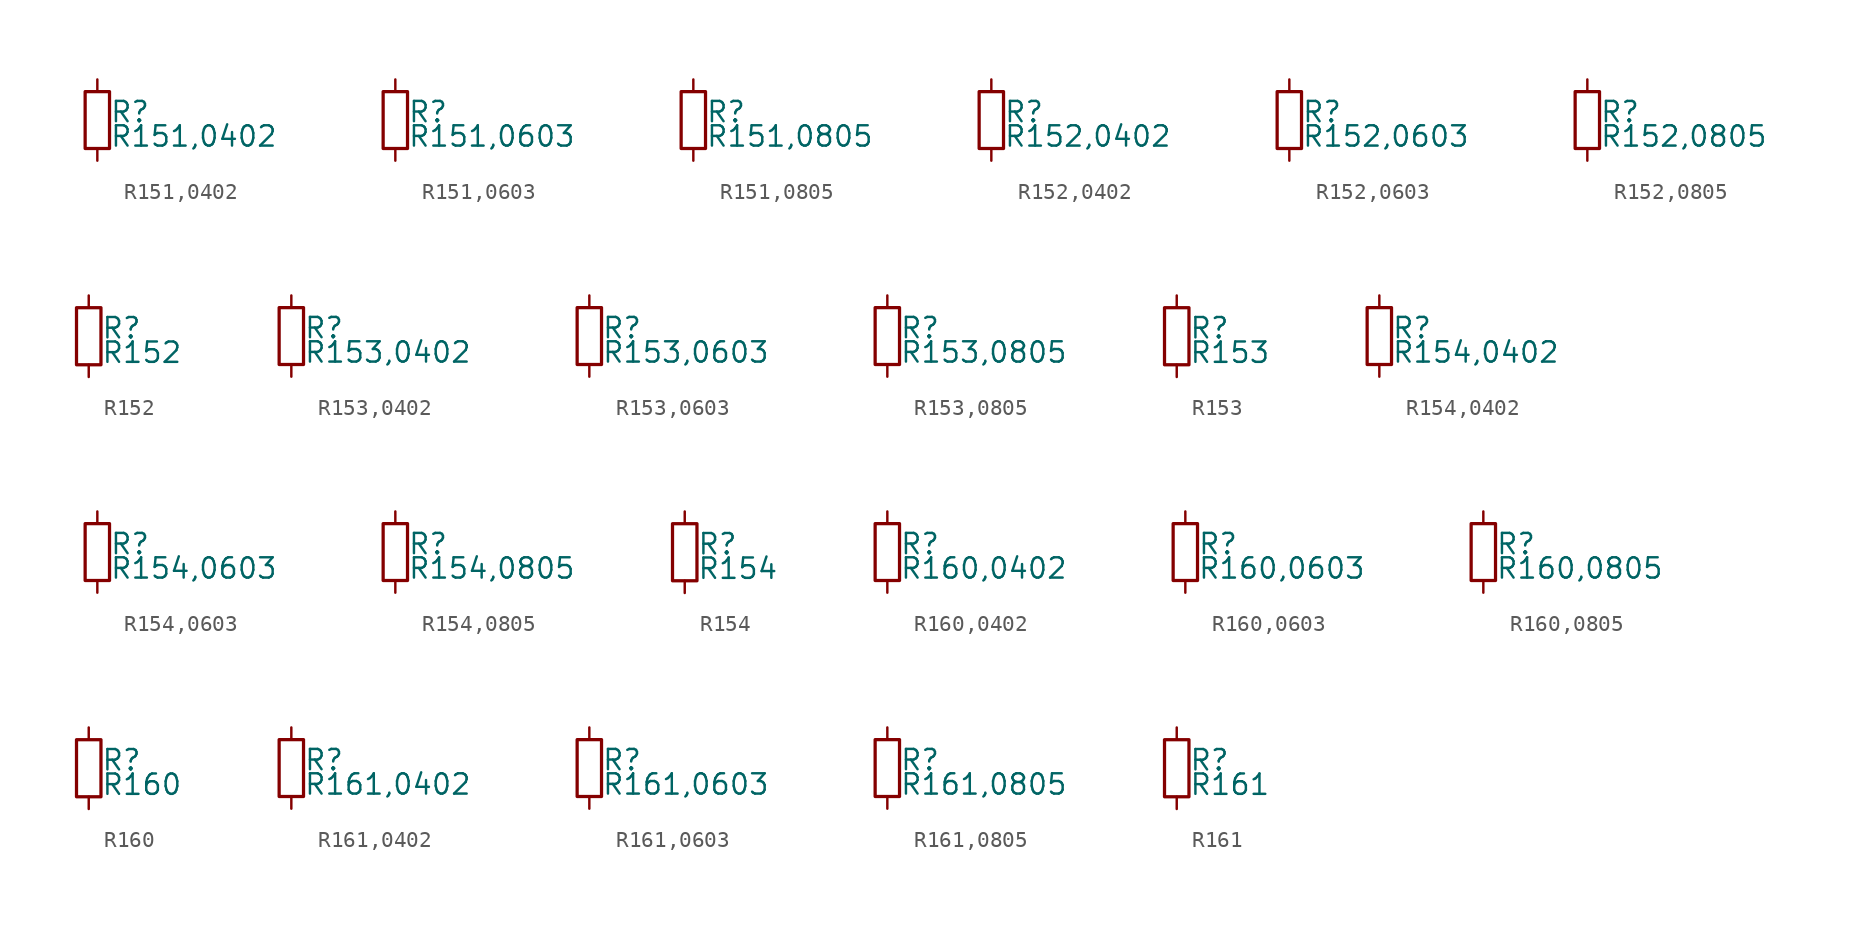
<source format=kicad_sym>
(kicad_symbol_lib
  (version 20211014)
  (generator kicad_symbol_editor)
  (symbol "R151,0402"
    (pin_numbers hide)
    (pin_names
      (offset 0.254) hide)
    (property "Reference" "R"
      (at 0.762 0.508 0)
      (effects (font (size 1.27 1.27)) (justify left)))
    (property "Value" "R151,0402"
      (at 0.762 -1.016 0)
      (effects (font (size 1.27 1.27)) (justify left)))
    (symbol "R151,0402_0_1"
      (rectangle (start -0.762 1.778) (end 0.762 -1.778) (stroke (width 0.203) (type default) (color 0 0 0 0)) (fill (type none))))
    (symbol "R151,0402_1_1"
      (pin passive line (at 0 2.54 270) (length 0.762) (name "~" (effects (font (size 1.27 1.27)))) (number "1" (effects (font (size 1.27 1.27)))))
      (pin passive line (at 0 -2.54 90) (length 0.762) (name "~" (effects (font (size 1.27 1.27)))) (number "2" (effects (font (size 1.27 1.27)))))))
  (symbol "R151,0603"
    (pin_numbers hide)
    (pin_names
      (offset 0.254) hide)
    (property "Reference" "R"
      (at 0.762 0.508 0)
      (effects (font (size 1.27 1.27)) (justify left)))
    (property "Value" "R151,0603"
      (at 0.762 -1.016 0)
      (effects (font (size 1.27 1.27)) (justify left)))
    (symbol "R151,0603_0_1"
      (rectangle (start -0.762 1.778) (end 0.762 -1.778) (stroke (width 0.203) (type default) (color 0 0 0 0)) (fill (type none))))
    (symbol "R151,0603_1_1"
      (pin passive line (at 0 2.54 270) (length 0.762) (name "~" (effects (font (size 1.27 1.27)))) (number "1" (effects (font (size 1.27 1.27)))))
      (pin passive line (at 0 -2.54 90) (length 0.762) (name "~" (effects (font (size 1.27 1.27)))) (number "2" (effects (font (size 1.27 1.27)))))))
  (symbol "R151,0805"
    (pin_numbers hide)
    (pin_names
      (offset 0.254) hide)
    (property "Reference" "R"
      (at 0.762 0.508 0)
      (effects (font (size 1.27 1.27)) (justify left)))
    (property "Value" "R151,0805"
      (at 0.762 -1.016 0)
      (effects (font (size 1.27 1.27)) (justify left)))
    (symbol "R151,0805_0_1"
      (rectangle (start -0.762 1.778) (end 0.762 -1.778) (stroke (width 0.203) (type default) (color 0 0 0 0)) (fill (type none))))
    (symbol "R151,0805_1_1"
      (pin passive line (at 0 2.54 270) (length 0.762) (name "~" (effects (font (size 1.27 1.27)))) (number "1" (effects (font (size 1.27 1.27)))))
      (pin passive line (at 0 -2.54 90) (length 0.762) (name "~" (effects (font (size 1.27 1.27)))) (number "2" (effects (font (size 1.27 1.27)))))))
  (symbol "R152,0402"
    (pin_numbers hide)
    (pin_names
      (offset 0.254) hide)
    (property "Reference" "R"
      (at 0.762 0.508 0)
      (effects (font (size 1.27 1.27)) (justify left)))
    (property "Value" "R152,0402"
      (at 0.762 -1.016 0)
      (effects (font (size 1.27 1.27)) (justify left)))
    (symbol "R152,0402_0_1"
      (rectangle (start -0.762 1.778) (end 0.762 -1.778) (stroke (width 0.203) (type default) (color 0 0 0 0)) (fill (type none))))
    (symbol "R152,0402_1_1"
      (pin passive line (at 0 2.54 270) (length 0.762) (name "~" (effects (font (size 1.27 1.27)))) (number "1" (effects (font (size 1.27 1.27)))))
      (pin passive line (at 0 -2.54 90) (length 0.762) (name "~" (effects (font (size 1.27 1.27)))) (number "2" (effects (font (size 1.27 1.27)))))))
  (symbol "R152,0603"
    (pin_numbers hide)
    (pin_names
      (offset 0.254) hide)
    (property "Reference" "R"
      (at 0.762 0.508 0)
      (effects (font (size 1.27 1.27)) (justify left)))
    (property "Value" "R152,0603"
      (at 0.762 -1.016 0)
      (effects (font (size 1.27 1.27)) (justify left)))
    (symbol "R152,0603_0_1"
      (rectangle (start -0.762 1.778) (end 0.762 -1.778) (stroke (width 0.203) (type default) (color 0 0 0 0)) (fill (type none))))
    (symbol "R152,0603_1_1"
      (pin passive line (at 0 2.54 270) (length 0.762) (name "~" (effects (font (size 1.27 1.27)))) (number "1" (effects (font (size 1.27 1.27)))))
      (pin passive line (at 0 -2.54 90) (length 0.762) (name "~" (effects (font (size 1.27 1.27)))) (number "2" (effects (font (size 1.27 1.27)))))))
  (symbol "R152,0805"
    (pin_numbers hide)
    (pin_names
      (offset 0.254) hide)
    (property "Reference" "R"
      (at 0.762 0.508 0)
      (effects (font (size 1.27 1.27)) (justify left)))
    (property "Value" "R152,0805"
      (at 0.762 -1.016 0)
      (effects (font (size 1.27 1.27)) (justify left)))
    (symbol "R152,0805_0_1"
      (rectangle (start -0.762 1.778) (end 0.762 -1.778) (stroke (width 0.203) (type default) (color 0 0 0 0)) (fill (type none))))
    (symbol "R152,0805_1_1"
      (pin passive line (at 0 2.54 270) (length 0.762) (name "~" (effects (font (size 1.27 1.27)))) (number "1" (effects (font (size 1.27 1.27)))))
      (pin passive line (at 0 -2.54 90) (length 0.762) (name "~" (effects (font (size 1.27 1.27)))) (number "2" (effects (font (size 1.27 1.27)))))))
  (symbol "R152"
    (pin_numbers hide)
    (pin_names
      (offset 0.254) hide)
    (property "Reference" "R"
      (at 0.762 0.508 0)
      (effects (font (size 1.27 1.27)) (justify left)))
    (property "Value" "R152"
      (at 0.762 -1.016 0)
      (effects (font (size 1.27 1.27)) (justify left)))
    (symbol "R152_0_1"
      (rectangle (start -0.762 1.778) (end 0.762 -1.778) (stroke (width 0.203) (type default) (color 0 0 0 0)) (fill (type none))))
    (symbol "R152_1_1"
      (pin passive line (at 0 2.54 270) (length 0.762) (name "~" (effects (font (size 1.27 1.27)))) (number "1" (effects (font (size 1.27 1.27)))))
      (pin passive line (at 0 -2.54 90) (length 0.762) (name "~" (effects (font (size 1.27 1.27)))) (number "2" (effects (font (size 1.27 1.27)))))))
  (symbol "R153,0402"
    (pin_numbers hide)
    (pin_names
      (offset 0.254) hide)
    (property "Reference" "R"
      (at 0.762 0.508 0)
      (effects (font (size 1.27 1.27)) (justify left)))
    (property "Value" "R153,0402"
      (at 0.762 -1.016 0)
      (effects (font (size 1.27 1.27)) (justify left)))
    (symbol "R153,0402_0_1"
      (rectangle (start -0.762 1.778) (end 0.762 -1.778) (stroke (width 0.203) (type default) (color 0 0 0 0)) (fill (type none))))
    (symbol "R153,0402_1_1"
      (pin passive line (at 0 2.54 270) (length 0.762) (name "~" (effects (font (size 1.27 1.27)))) (number "1" (effects (font (size 1.27 1.27)))))
      (pin passive line (at 0 -2.54 90) (length 0.762) (name "~" (effects (font (size 1.27 1.27)))) (number "2" (effects (font (size 1.27 1.27)))))))
  (symbol "R153,0603"
    (pin_numbers hide)
    (pin_names
      (offset 0.254) hide)
    (property "Reference" "R"
      (at 0.762 0.508 0)
      (effects (font (size 1.27 1.27)) (justify left)))
    (property "Value" "R153,0603"
      (at 0.762 -1.016 0)
      (effects (font (size 1.27 1.27)) (justify left)))
    (symbol "R153,0603_0_1"
      (rectangle (start -0.762 1.778) (end 0.762 -1.778) (stroke (width 0.203) (type default) (color 0 0 0 0)) (fill (type none))))
    (symbol "R153,0603_1_1"
      (pin passive line (at 0 2.54 270) (length 0.762) (name "~" (effects (font (size 1.27 1.27)))) (number "1" (effects (font (size 1.27 1.27)))))
      (pin passive line (at 0 -2.54 90) (length 0.762) (name "~" (effects (font (size 1.27 1.27)))) (number "2" (effects (font (size 1.27 1.27)))))))
  (symbol "R153,0805"
    (pin_numbers hide)
    (pin_names
      (offset 0.254) hide)
    (property "Reference" "R"
      (at 0.762 0.508 0)
      (effects (font (size 1.27 1.27)) (justify left)))
    (property "Value" "R153,0805"
      (at 0.762 -1.016 0)
      (effects (font (size 1.27 1.27)) (justify left)))
    (symbol "R153,0805_0_1"
      (rectangle (start -0.762 1.778) (end 0.762 -1.778) (stroke (width 0.203) (type default) (color 0 0 0 0)) (fill (type none))))
    (symbol "R153,0805_1_1"
      (pin passive line (at 0 2.54 270) (length 0.762) (name "~" (effects (font (size 1.27 1.27)))) (number "1" (effects (font (size 1.27 1.27)))))
      (pin passive line (at 0 -2.54 90) (length 0.762) (name "~" (effects (font (size 1.27 1.27)))) (number "2" (effects (font (size 1.27 1.27)))))))
  (symbol "R153"
    (pin_numbers hide)
    (pin_names
      (offset 0.254) hide)
    (property "Reference" "R"
      (at 0.762 0.508 0)
      (effects (font (size 1.27 1.27)) (justify left)))
    (property "Value" "R153"
      (at 0.762 -1.016 0)
      (effects (font (size 1.27 1.27)) (justify left)))
    (symbol "R153_0_1"
      (rectangle (start -0.762 1.778) (end 0.762 -1.778) (stroke (width 0.203) (type default) (color 0 0 0 0)) (fill (type none))))
    (symbol "R153_1_1"
      (pin passive line (at 0 2.54 270) (length 0.762) (name "~" (effects (font (size 1.27 1.27)))) (number "1" (effects (font (size 1.27 1.27)))))
      (pin passive line (at 0 -2.54 90) (length 0.762) (name "~" (effects (font (size 1.27 1.27)))) (number "2" (effects (font (size 1.27 1.27)))))))
  (symbol "R154,0402"
    (pin_numbers hide)
    (pin_names
      (offset 0.254) hide)
    (property "Reference" "R"
      (at 0.762 0.508 0)
      (effects (font (size 1.27 1.27)) (justify left)))
    (property "Value" "R154,0402"
      (at 0.762 -1.016 0)
      (effects (font (size 1.27 1.27)) (justify left)))
    (symbol "R154,0402_0_1"
      (rectangle (start -0.762 1.778) (end 0.762 -1.778) (stroke (width 0.203) (type default) (color 0 0 0 0)) (fill (type none))))
    (symbol "R154,0402_1_1"
      (pin passive line (at 0 2.54 270) (length 0.762) (name "~" (effects (font (size 1.27 1.27)))) (number "1" (effects (font (size 1.27 1.27)))))
      (pin passive line (at 0 -2.54 90) (length 0.762) (name "~" (effects (font (size 1.27 1.27)))) (number "2" (effects (font (size 1.27 1.27)))))))
  (symbol "R154,0603"
    (pin_numbers hide)
    (pin_names
      (offset 0.254) hide)
    (property "Reference" "R"
      (at 0.762 0.508 0)
      (effects (font (size 1.27 1.27)) (justify left)))
    (property "Value" "R154,0603"
      (at 0.762 -1.016 0)
      (effects (font (size 1.27 1.27)) (justify left)))
    (symbol "R154,0603_0_1"
      (rectangle (start -0.762 1.778) (end 0.762 -1.778) (stroke (width 0.203) (type default) (color 0 0 0 0)) (fill (type none))))
    (symbol "R154,0603_1_1"
      (pin passive line (at 0 2.54 270) (length 0.762) (name "~" (effects (font (size 1.27 1.27)))) (number "1" (effects (font (size 1.27 1.27)))))
      (pin passive line (at 0 -2.54 90) (length 0.762) (name "~" (effects (font (size 1.27 1.27)))) (number "2" (effects (font (size 1.27 1.27)))))))
  (symbol "R154,0805"
    (pin_numbers hide)
    (pin_names
      (offset 0.254) hide)
    (property "Reference" "R"
      (at 0.762 0.508 0)
      (effects (font (size 1.27 1.27)) (justify left)))
    (property "Value" "R154,0805"
      (at 0.762 -1.016 0)
      (effects (font (size 1.27 1.27)) (justify left)))
    (symbol "R154,0805_0_1"
      (rectangle (start -0.762 1.778) (end 0.762 -1.778) (stroke (width 0.203) (type default) (color 0 0 0 0)) (fill (type none))))
    (symbol "R154,0805_1_1"
      (pin passive line (at 0 2.54 270) (length 0.762) (name "~" (effects (font (size 1.27 1.27)))) (number "1" (effects (font (size 1.27 1.27)))))
      (pin passive line (at 0 -2.54 90) (length 0.762) (name "~" (effects (font (size 1.27 1.27)))) (number "2" (effects (font (size 1.27 1.27)))))))
  (symbol "R154"
    (pin_numbers hide)
    (pin_names
      (offset 0.254) hide)
    (property "Reference" "R"
      (at 0.762 0.508 0)
      (effects (font (size 1.27 1.27)) (justify left)))
    (property "Value" "R154"
      (at 0.762 -1.016 0)
      (effects (font (size 1.27 1.27)) (justify left)))
    (symbol "R154_0_1"
      (rectangle (start -0.762 1.778) (end 0.762 -1.778) (stroke (width 0.203) (type default) (color 0 0 0 0)) (fill (type none))))
    (symbol "R154_1_1"
      (pin passive line (at 0 2.54 270) (length 0.762) (name "~" (effects (font (size 1.27 1.27)))) (number "1" (effects (font (size 1.27 1.27)))))
      (pin passive line (at 0 -2.54 90) (length 0.762) (name "~" (effects (font (size 1.27 1.27)))) (number "2" (effects (font (size 1.27 1.27)))))))
  (symbol "R160,0402"
    (pin_numbers hide)
    (pin_names
      (offset 0.254) hide)
    (property "Reference" "R"
      (at 0.762 0.508 0)
      (effects (font (size 1.27 1.27)) (justify left)))
    (property "Value" "R160,0402"
      (at 0.762 -1.016 0)
      (effects (font (size 1.27 1.27)) (justify left)))
    (symbol "R160,0402_0_1"
      (rectangle (start -0.762 1.778) (end 0.762 -1.778) (stroke (width 0.203) (type default) (color 0 0 0 0)) (fill (type none))))
    (symbol "R160,0402_1_1"
      (pin passive line (at 0 2.54 270) (length 0.762) (name "~" (effects (font (size 1.27 1.27)))) (number "1" (effects (font (size 1.27 1.27)))))
      (pin passive line (at 0 -2.54 90) (length 0.762) (name "~" (effects (font (size 1.27 1.27)))) (number "2" (effects (font (size 1.27 1.27)))))))
  (symbol "R160,0603"
    (pin_numbers hide)
    (pin_names
      (offset 0.254) hide)
    (property "Reference" "R"
      (at 0.762 0.508 0)
      (effects (font (size 1.27 1.27)) (justify left)))
    (property "Value" "R160,0603"
      (at 0.762 -1.016 0)
      (effects (font (size 1.27 1.27)) (justify left)))
    (symbol "R160,0603_0_1"
      (rectangle (start -0.762 1.778) (end 0.762 -1.778) (stroke (width 0.203) (type default) (color 0 0 0 0)) (fill (type none))))
    (symbol "R160,0603_1_1"
      (pin passive line (at 0 2.54 270) (length 0.762) (name "~" (effects (font (size 1.27 1.27)))) (number "1" (effects (font (size 1.27 1.27)))))
      (pin passive line (at 0 -2.54 90) (length 0.762) (name "~" (effects (font (size 1.27 1.27)))) (number "2" (effects (font (size 1.27 1.27)))))))
  (symbol "R160,0805"
    (pin_numbers hide)
    (pin_names
      (offset 0.254) hide)
    (property "Reference" "R"
      (at 0.762 0.508 0)
      (effects (font (size 1.27 1.27)) (justify left)))
    (property "Value" "R160,0805"
      (at 0.762 -1.016 0)
      (effects (font (size 1.27 1.27)) (justify left)))
    (symbol "R160,0805_0_1"
      (rectangle (start -0.762 1.778) (end 0.762 -1.778) (stroke (width 0.203) (type default) (color 0 0 0 0)) (fill (type none))))
    (symbol "R160,0805_1_1"
      (pin passive line (at 0 2.54 270) (length 0.762) (name "~" (effects (font (size 1.27 1.27)))) (number "1" (effects (font (size 1.27 1.27)))))
      (pin passive line (at 0 -2.54 90) (length 0.762) (name "~" (effects (font (size 1.27 1.27)))) (number "2" (effects (font (size 1.27 1.27)))))))
  (symbol "R160"
    (pin_numbers hide)
    (pin_names
      (offset 0.254) hide)
    (property "Reference" "R"
      (at 0.762 0.508 0)
      (effects (font (size 1.27 1.27)) (justify left)))
    (property "Value" "R160"
      (at 0.762 -1.016 0)
      (effects (font (size 1.27 1.27)) (justify left)))
    (symbol "R160_0_1"
      (rectangle (start -0.762 1.778) (end 0.762 -1.778) (stroke (width 0.203) (type default) (color 0 0 0 0)) (fill (type none))))
    (symbol "R160_1_1"
      (pin passive line (at 0 2.54 270) (length 0.762) (name "~" (effects (font (size 1.27 1.27)))) (number "1" (effects (font (size 1.27 1.27)))))
      (pin passive line (at 0 -2.54 90) (length 0.762) (name "~" (effects (font (size 1.27 1.27)))) (number "2" (effects (font (size 1.27 1.27)))))))
  (symbol "R161,0402"
    (pin_numbers hide)
    (pin_names
      (offset 0.254) hide)
    (property "Reference" "R"
      (at 0.762 0.508 0)
      (effects (font (size 1.27 1.27)) (justify left)))
    (property "Value" "R161,0402"
      (at 0.762 -1.016 0)
      (effects (font (size 1.27 1.27)) (justify left)))
    (symbol "R161,0402_0_1"
      (rectangle (start -0.762 1.778) (end 0.762 -1.778) (stroke (width 0.203) (type default) (color 0 0 0 0)) (fill (type none))))
    (symbol "R161,0402_1_1"
      (pin passive line (at 0 2.54 270) (length 0.762) (name "~" (effects (font (size 1.27 1.27)))) (number "1" (effects (font (size 1.27 1.27)))))
      (pin passive line (at 0 -2.54 90) (length 0.762) (name "~" (effects (font (size 1.27 1.27)))) (number "2" (effects (font (size 1.27 1.27)))))))
  (symbol "R161,0603"
    (pin_numbers hide)
    (pin_names
      (offset 0.254) hide)
    (property "Reference" "R"
      (at 0.762 0.508 0)
      (effects (font (size 1.27 1.27)) (justify left)))
    (property "Value" "R161,0603"
      (at 0.762 -1.016 0)
      (effects (font (size 1.27 1.27)) (justify left)))
    (symbol "R161,0603_0_1"
      (rectangle (start -0.762 1.778) (end 0.762 -1.778) (stroke (width 0.203) (type default) (color 0 0 0 0)) (fill (type none))))
    (symbol "R161,0603_1_1"
      (pin passive line (at 0 2.54 270) (length 0.762) (name "~" (effects (font (size 1.27 1.27)))) (number "1" (effects (font (size 1.27 1.27)))))
      (pin passive line (at 0 -2.54 90) (length 0.762) (name "~" (effects (font (size 1.27 1.27)))) (number "2" (effects (font (size 1.27 1.27)))))))
  (symbol "R161,0805"
    (pin_numbers hide)
    (pin_names
      (offset 0.254) hide)
    (property "Reference" "R"
      (at 0.762 0.508 0)
      (effects (font (size 1.27 1.27)) (justify left)))
    (property "Value" "R161,0805"
      (at 0.762 -1.016 0)
      (effects (font (size 1.27 1.27)) (justify left)))
    (symbol "R161,0805_0_1"
      (rectangle (start -0.762 1.778) (end 0.762 -1.778) (stroke (width 0.203) (type default) (color 0 0 0 0)) (fill (type none))))
    (symbol "R161,0805_1_1"
      (pin passive line (at 0 2.54 270) (length 0.762) (name "~" (effects (font (size 1.27 1.27)))) (number "1" (effects (font (size 1.27 1.27)))))
      (pin passive line (at 0 -2.54 90) (length 0.762) (name "~" (effects (font (size 1.27 1.27)))) (number "2" (effects (font (size 1.27 1.27)))))))
  (symbol "R161"
    (pin_numbers hide)
    (pin_names
      (offset 0.254) hide)
    (property "Reference" "R"
      (at 0.762 0.508 0)
      (effects (font (size 1.27 1.27)) (justify left)))
    (property "Value" "R161"
      (at 0.762 -1.016 0)
      (effects (font (size 1.27 1.27)) (justify left)))
    (symbol "R161_0_1"
      (rectangle (start -0.762 1.778) (end 0.762 -1.778) (stroke (width 0.203) (type default) (color 0 0 0 0)) (fill (type none))))
    (symbol "R161_1_1"
      (pin passive line (at 0 2.54 270) (length 0.762) (name "~" (effects (font (size 1.27 1.27)))) (number "1" (effects (font (size 1.27 1.27)))))
      (pin passive line (at 0 -2.54 90) (length 0.762) (name "~" (effects (font (size 1.27 1.27)))) (number "2" (effects (font (size 1.27 1.27))))))))
</source>
